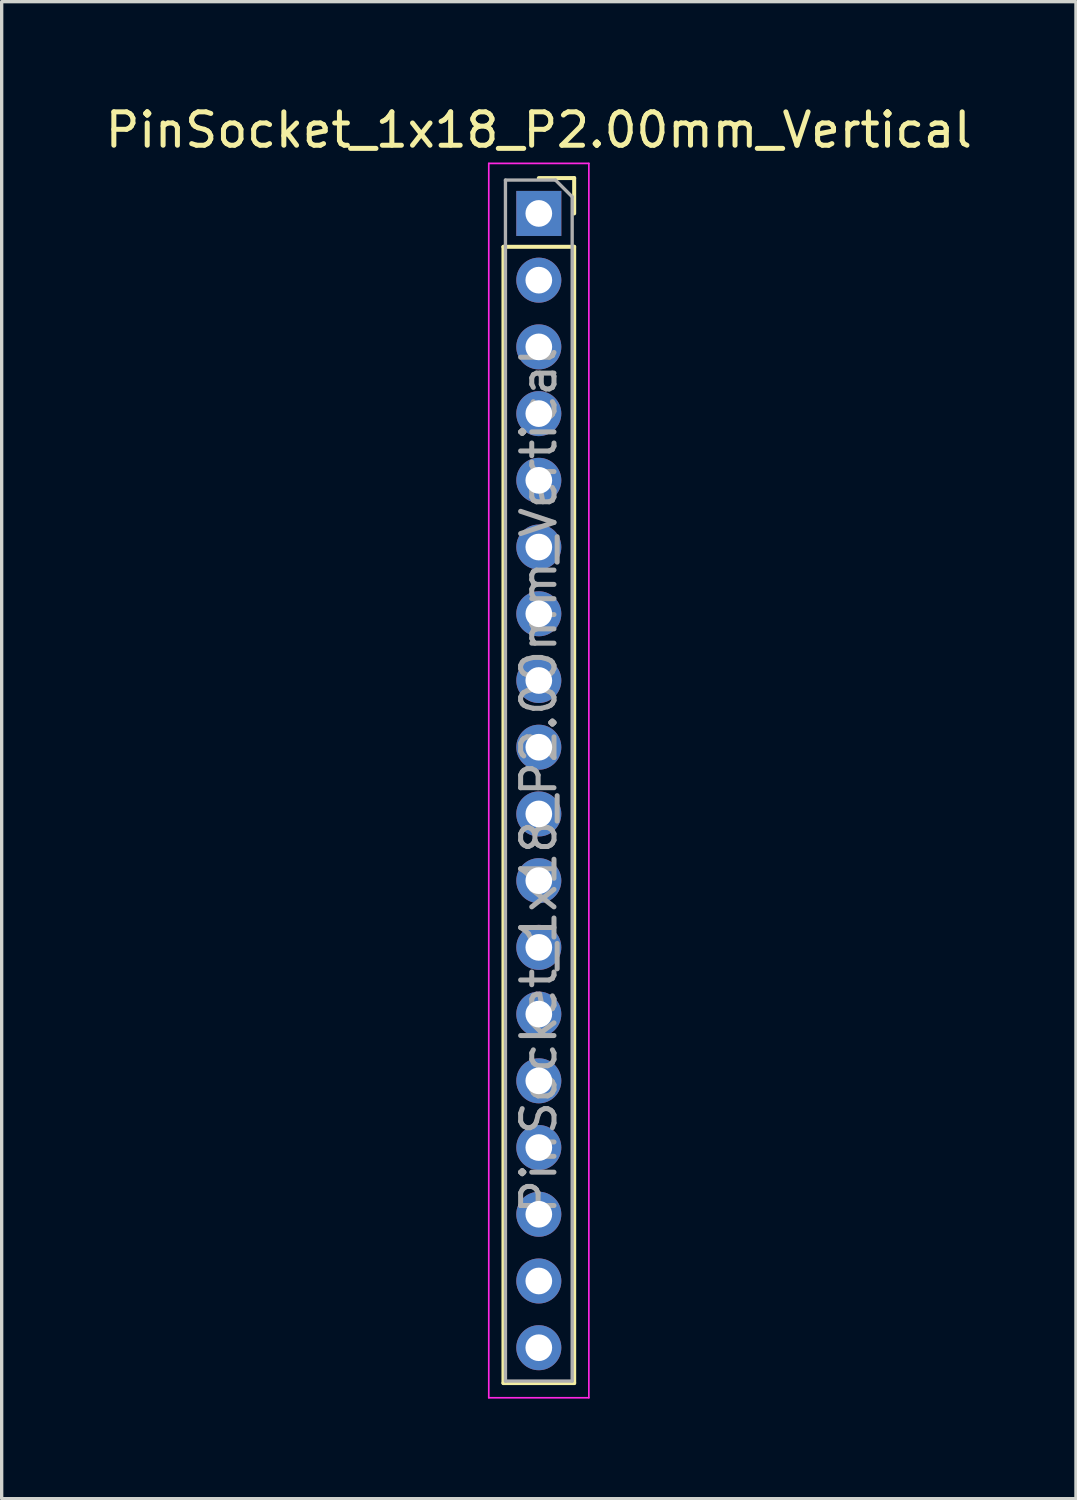
<source format=kicad_pcb>
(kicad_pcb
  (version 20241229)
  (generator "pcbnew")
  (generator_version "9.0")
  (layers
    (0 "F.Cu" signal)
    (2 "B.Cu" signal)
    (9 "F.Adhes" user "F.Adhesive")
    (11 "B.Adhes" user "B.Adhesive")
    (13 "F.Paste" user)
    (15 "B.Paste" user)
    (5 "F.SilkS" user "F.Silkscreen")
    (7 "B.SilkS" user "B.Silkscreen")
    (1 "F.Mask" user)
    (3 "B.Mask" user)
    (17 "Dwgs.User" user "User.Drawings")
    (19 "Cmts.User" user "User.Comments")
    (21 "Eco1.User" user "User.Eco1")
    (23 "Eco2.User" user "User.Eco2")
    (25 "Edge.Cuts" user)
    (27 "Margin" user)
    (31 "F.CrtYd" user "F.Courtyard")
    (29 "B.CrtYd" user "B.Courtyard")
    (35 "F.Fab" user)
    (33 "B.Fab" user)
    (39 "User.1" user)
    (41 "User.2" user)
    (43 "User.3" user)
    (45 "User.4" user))
  (footprint "PinSocket_1x18_P2.00mm_Vertical"
    (layer "F.Cu")
    (at 13.101 3.348)
    (property "Reference" "PinSocket_1x18_P2.00mm_Vertical" (at 0 -2.5 0) (layer "F.SilkS") (effects (font (size 1 1) (thickness 0.15))))
    (attr through_hole)
    (fp_line (start -1.06 1) (end -1.06 35.06) (stroke (width 0.12) (type solid)) (layer "F.SilkS"))
    (fp_line (start -1.06 1) (end 1.06 1) (stroke (width 0.12) (type solid)) (layer "F.SilkS"))
    (fp_line (start -1.06 35.06) (end 1.06 35.06) (stroke (width 0.12) (type solid)) (layer "F.SilkS"))
    (fp_line (start 0 -1.06) (end 1.06 -1.06) (stroke (width 0.12) (type solid)) (layer "F.SilkS"))
    (fp_line (start 1.06 -1.06) (end 1.06 0) (stroke (width 0.12) (type solid)) (layer "F.SilkS"))
    (fp_line (start 1.06 1) (end 1.06 35.06) (stroke (width 0.12) (type solid)) (layer "F.SilkS"))
    (fp_line (start -1.5 -1.5) (end 1.5 -1.5) (stroke (width 0.05) (type solid)) (layer "F.CrtYd"))
    (fp_line (start -1.5 35.5) (end -1.5 -1.5) (stroke (width 0.05) (type solid)) (layer "F.CrtYd"))
    (fp_line (start 1.5 -1.5) (end 1.5 35.5) (stroke (width 0.05) (type solid)) (layer "F.CrtYd"))
    (fp_line (start 1.5 35.5) (end -1.5 35.5) (stroke (width 0.05) (type solid)) (layer "F.CrtYd"))
    (fp_line (start -1 -1) (end 0.5 -1) (stroke (width 0.1) (type solid)) (layer "F.Fab"))
    (fp_line (start -1 35) (end -1 -1) (stroke (width 0.1) (type solid)) (layer "F.Fab"))
    (fp_line (start 0.5 -1) (end 1 -0.5) (stroke (width 0.1) (type solid)) (layer "F.Fab"))
    (fp_line (start 1 -0.5) (end 1 35) (stroke (width 0.1) (type solid)) (layer "F.Fab"))
    (fp_line (start 1 35) (end -1 35) (stroke (width 0.1) (type solid)) (layer "F.Fab"))
    (fp_text user "${REFERENCE}" (at 0 17 90) (layer "F.Fab") (effects (font (size 1 1) (thickness 0.15))))
    (pad "1" thru_hole rect (at 0 0) (size 1.35 1.35) (drill 0.8) (layers "*.Cu" "*.Mask"))
    (pad "2" thru_hole oval (at 0 2) (size 1.35 1.35) (drill 0.8) (layers "*.Cu" "*.Mask"))
    (pad "3" thru_hole oval (at 0 4) (size 1.35 1.35) (drill 0.8) (layers "*.Cu" "*.Mask"))
    (pad "4" thru_hole oval (at 0 6) (size 1.35 1.35) (drill 0.8) (layers "*.Cu" "*.Mask"))
    (pad "5" thru_hole oval (at 0 8) (size 1.35 1.35) (drill 0.8) (layers "*.Cu" "*.Mask"))
    (pad "6" thru_hole oval (at 0 10) (size 1.35 1.35) (drill 0.8) (layers "*.Cu" "*.Mask"))
    (pad "7" thru_hole oval (at 0 12) (size 1.35 1.35) (drill 0.8) (layers "*.Cu" "*.Mask"))
    (pad "8" thru_hole oval (at 0 14) (size 1.35 1.35) (drill 0.8) (layers "*.Cu" "*.Mask"))
    (pad "9" thru_hole oval (at 0 16) (size 1.35 1.35) (drill 0.8) (layers "*.Cu" "*.Mask"))
    (pad "10" thru_hole oval (at 0 18) (size 1.35 1.35) (drill 0.8) (layers "*.Cu" "*.Mask"))
    (pad "11" thru_hole oval (at 0 20) (size 1.35 1.35) (drill 0.8) (layers "*.Cu" "*.Mask"))
    (pad "12" thru_hole oval (at 0 22) (size 1.35 1.35) (drill 0.8) (layers "*.Cu" "*.Mask"))
    (pad "13" thru_hole oval (at 0 24) (size 1.35 1.35) (drill 0.8) (layers "*.Cu" "*.Mask"))
    (pad "14" thru_hole oval (at 0 26) (size 1.35 1.35) (drill 0.8) (layers "*.Cu" "*.Mask"))
    (pad "15" thru_hole oval (at 0 28) (size 1.35 1.35) (drill 0.8) (layers "*.Cu" "*.Mask"))
    (pad "16" thru_hole oval (at 0 30) (size 1.35 1.35) (drill 0.8) (layers "*.Cu" "*.Mask"))
    (pad "17" thru_hole oval (at 0 32) (size 1.35 1.35) (drill 0.8) (layers "*.Cu" "*.Mask"))
    (pad "18" thru_hole oval (at 0 34) (size 1.35 1.35) (drill 0.8) (layers "*.Cu" "*.Mask")))
  (gr_rect
    (start -3 -3)
    (end 29.202 41.873)
    (stroke (width 0.1) (type default))
    (fill no)
    (layer "Edge.Cuts")))
</source>
